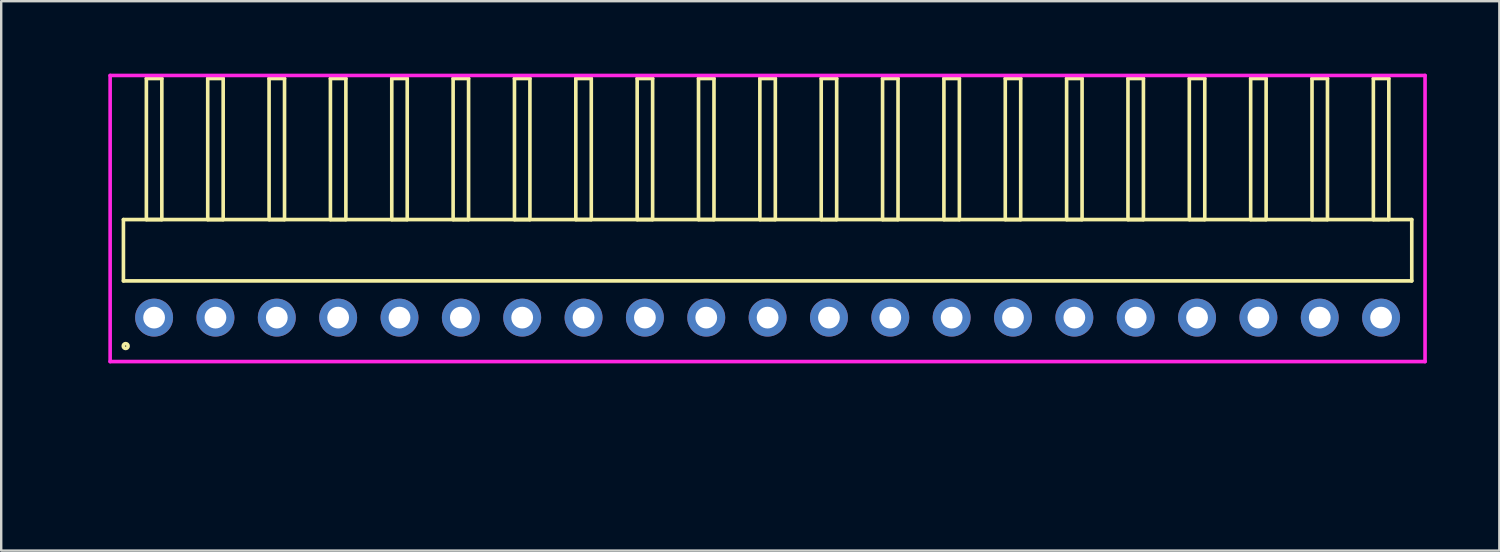
<source format=kicad_pcb>
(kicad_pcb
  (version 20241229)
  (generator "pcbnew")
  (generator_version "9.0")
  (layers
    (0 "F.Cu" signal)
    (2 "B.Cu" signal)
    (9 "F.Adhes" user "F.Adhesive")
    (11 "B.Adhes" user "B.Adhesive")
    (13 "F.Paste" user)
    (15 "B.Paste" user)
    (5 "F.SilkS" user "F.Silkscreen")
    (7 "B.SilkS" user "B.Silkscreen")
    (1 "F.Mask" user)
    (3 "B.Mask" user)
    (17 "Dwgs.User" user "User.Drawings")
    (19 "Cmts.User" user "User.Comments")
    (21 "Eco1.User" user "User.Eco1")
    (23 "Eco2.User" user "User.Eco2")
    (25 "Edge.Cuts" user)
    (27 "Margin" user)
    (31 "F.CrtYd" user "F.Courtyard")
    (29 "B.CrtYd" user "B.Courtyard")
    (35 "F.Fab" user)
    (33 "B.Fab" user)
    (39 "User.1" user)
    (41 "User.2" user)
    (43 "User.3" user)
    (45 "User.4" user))
  (footprint "HDR_RA254P21x1"
    (layer "F.Cu")
    (at 28.73 10.1)
    (property "Reference" "HDR_RA254P21x1" (at -27.97 0 90) (layer "User.1") (effects (font (size 1 1) (thickness 0.1))))
    (attr through_hole)
    (fp_line (start -26.67 -4.06) (end -26.67 -1.52) (stroke (width 0.15) (type solid)) (layer "F.SilkS"))
    (fp_line (start -26.67 -1.52) (end 26.67 -1.52) (stroke (width 0.15) (type solid)) (layer "F.SilkS"))
    (fp_line (start -25.72 -9.9) (end -25.72 -4.06) (stroke (width 0.15) (type solid)) (layer "F.SilkS"))
    (fp_line (start -25.72 -4.06) (end -25.08 -4.06) (stroke (width 0.15) (type solid)) (layer "F.SilkS"))
    (fp_line (start -25.08 -9.9) (end -25.72 -9.9) (stroke (width 0.15) (type solid)) (layer "F.SilkS"))
    (fp_line (start -25.08 -4.06) (end -25.08 -9.9) (stroke (width 0.15) (type solid)) (layer "F.SilkS"))
    (fp_line (start -23.18 -9.9) (end -23.18 -4.06) (stroke (width 0.15) (type solid)) (layer "F.SilkS"))
    (fp_line (start -23.18 -4.06) (end -22.54 -4.06) (stroke (width 0.15) (type solid)) (layer "F.SilkS"))
    (fp_line (start -22.54 -9.9) (end -23.18 -9.9) (stroke (width 0.15) (type solid)) (layer "F.SilkS"))
    (fp_line (start -22.54 -4.06) (end -22.54 -9.9) (stroke (width 0.15) (type solid)) (layer "F.SilkS"))
    (fp_line (start -20.64 -9.9) (end -20.64 -4.06) (stroke (width 0.15) (type solid)) (layer "F.SilkS"))
    (fp_line (start -20.64 -4.06) (end -20 -4.06) (stroke (width 0.15) (type solid)) (layer "F.SilkS"))
    (fp_line (start -20 -9.9) (end -20.64 -9.9) (stroke (width 0.15) (type solid)) (layer "F.SilkS"))
    (fp_line (start -20 -4.06) (end -20 -9.9) (stroke (width 0.15) (type solid)) (layer "F.SilkS"))
    (fp_line (start -18.1 -9.9) (end -18.1 -4.06) (stroke (width 0.15) (type solid)) (layer "F.SilkS"))
    (fp_line (start -18.1 -4.06) (end -17.46 -4.06) (stroke (width 0.15) (type solid)) (layer "F.SilkS"))
    (fp_line (start -17.46 -9.9) (end -18.1 -9.9) (stroke (width 0.15) (type solid)) (layer "F.SilkS"))
    (fp_line (start -17.46 -4.06) (end -17.46 -9.9) (stroke (width 0.15) (type solid)) (layer "F.SilkS"))
    (fp_line (start -15.56 -9.9) (end -15.56 -4.06) (stroke (width 0.15) (type solid)) (layer "F.SilkS"))
    (fp_line (start -15.56 -4.06) (end -14.92 -4.06) (stroke (width 0.15) (type solid)) (layer "F.SilkS"))
    (fp_line (start -14.92 -9.9) (end -15.56 -9.9) (stroke (width 0.15) (type solid)) (layer "F.SilkS"))
    (fp_line (start -14.92 -4.06) (end -14.92 -9.9) (stroke (width 0.15) (type solid)) (layer "F.SilkS"))
    (fp_line (start -13.02 -9.9) (end -13.02 -4.06) (stroke (width 0.15) (type solid)) (layer "F.SilkS"))
    (fp_line (start -13.02 -4.06) (end -12.38 -4.06) (stroke (width 0.15) (type solid)) (layer "F.SilkS"))
    (fp_line (start -12.38 -9.9) (end -13.02 -9.9) (stroke (width 0.15) (type solid)) (layer "F.SilkS"))
    (fp_line (start -12.38 -4.06) (end -12.38 -9.9) (stroke (width 0.15) (type solid)) (layer "F.SilkS"))
    (fp_line (start -10.48 -9.9) (end -10.48 -4.06) (stroke (width 0.15) (type solid)) (layer "F.SilkS"))
    (fp_line (start -10.48 -4.06) (end -9.84 -4.06) (stroke (width 0.15) (type solid)) (layer "F.SilkS"))
    (fp_line (start -9.84 -9.9) (end -10.48 -9.9) (stroke (width 0.15) (type solid)) (layer "F.SilkS"))
    (fp_line (start -9.84 -4.06) (end -9.84 -9.9) (stroke (width 0.15) (type solid)) (layer "F.SilkS"))
    (fp_line (start -7.94 -9.9) (end -7.94 -4.06) (stroke (width 0.15) (type solid)) (layer "F.SilkS"))
    (fp_line (start -7.94 -4.06) (end -7.3 -4.06) (stroke (width 0.15) (type solid)) (layer "F.SilkS"))
    (fp_line (start -7.3 -9.9) (end -7.94 -9.9) (stroke (width 0.15) (type solid)) (layer "F.SilkS"))
    (fp_line (start -7.3 -4.06) (end -7.3 -9.9) (stroke (width 0.15) (type solid)) (layer "F.SilkS"))
    (fp_line (start -5.4 -9.9) (end -5.4 -4.06) (stroke (width 0.15) (type solid)) (layer "F.SilkS"))
    (fp_line (start -5.4 -4.06) (end -4.76 -4.06) (stroke (width 0.15) (type solid)) (layer "F.SilkS"))
    (fp_line (start -4.76 -9.9) (end -5.4 -9.9) (stroke (width 0.15) (type solid)) (layer "F.SilkS"))
    (fp_line (start -4.76 -4.06) (end -4.76 -9.9) (stroke (width 0.15) (type solid)) (layer "F.SilkS"))
    (fp_line (start -2.86 -9.9) (end -2.86 -4.06) (stroke (width 0.15) (type solid)) (layer "F.SilkS"))
    (fp_line (start -2.86 -4.06) (end -2.22 -4.06) (stroke (width 0.15) (type solid)) (layer "F.SilkS"))
    (fp_line (start -2.22 -9.9) (end -2.86 -9.9) (stroke (width 0.15) (type solid)) (layer "F.SilkS"))
    (fp_line (start -2.22 -4.06) (end -2.22 -9.9) (stroke (width 0.15) (type solid)) (layer "F.SilkS"))
    (fp_line (start -0.32 -9.9) (end -0.32 -4.06) (stroke (width 0.15) (type solid)) (layer "F.SilkS"))
    (fp_line (start -0.32 -4.06) (end 0.32 -4.06) (stroke (width 0.15) (type solid)) (layer "F.SilkS"))
    (fp_line (start 0.32 -9.9) (end -0.32 -9.9) (stroke (width 0.15) (type solid)) (layer "F.SilkS"))
    (fp_line (start 0.32 -4.06) (end 0.32 -9.9) (stroke (width 0.15) (type solid)) (layer "F.SilkS"))
    (fp_line (start 2.22 -9.9) (end 2.22 -4.06) (stroke (width 0.15) (type solid)) (layer "F.SilkS"))
    (fp_line (start 2.22 -4.06) (end 2.86 -4.06) (stroke (width 0.15) (type solid)) (layer "F.SilkS"))
    (fp_line (start 2.86 -9.9) (end 2.22 -9.9) (stroke (width 0.15) (type solid)) (layer "F.SilkS"))
    (fp_line (start 2.86 -4.06) (end 2.86 -9.9) (stroke (width 0.15) (type solid)) (layer "F.SilkS"))
    (fp_line (start 4.76 -9.9) (end 4.76 -4.06) (stroke (width 0.15) (type solid)) (layer "F.SilkS"))
    (fp_line (start 4.76 -4.06) (end 5.4 -4.06) (stroke (width 0.15) (type solid)) (layer "F.SilkS"))
    (fp_line (start 5.4 -9.9) (end 4.76 -9.9) (stroke (width 0.15) (type solid)) (layer "F.SilkS"))
    (fp_line (start 5.4 -4.06) (end 5.4 -9.9) (stroke (width 0.15) (type solid)) (layer "F.SilkS"))
    (fp_line (start 7.3 -9.9) (end 7.3 -4.06) (stroke (width 0.15) (type solid)) (layer "F.SilkS"))
    (fp_line (start 7.3 -4.06) (end 7.94 -4.06) (stroke (width 0.15) (type solid)) (layer "F.SilkS"))
    (fp_line (start 7.94 -9.9) (end 7.3 -9.9) (stroke (width 0.15) (type solid)) (layer "F.SilkS"))
    (fp_line (start 7.94 -4.06) (end 7.94 -9.9) (stroke (width 0.15) (type solid)) (layer "F.SilkS"))
    (fp_line (start 9.84 -9.9) (end 9.84 -4.06) (stroke (width 0.15) (type solid)) (layer "F.SilkS"))
    (fp_line (start 9.84 -4.06) (end 10.48 -4.06) (stroke (width 0.15) (type solid)) (layer "F.SilkS"))
    (fp_line (start 10.48 -9.9) (end 9.84 -9.9) (stroke (width 0.15) (type solid)) (layer "F.SilkS"))
    (fp_line (start 10.48 -4.06) (end 10.48 -9.9) (stroke (width 0.15) (type solid)) (layer "F.SilkS"))
    (fp_line (start 12.38 -9.9) (end 12.38 -4.06) (stroke (width 0.15) (type solid)) (layer "F.SilkS"))
    (fp_line (start 12.38 -4.06) (end 13.02 -4.06) (stroke (width 0.15) (type solid)) (layer "F.SilkS"))
    (fp_line (start 13.02 -9.9) (end 12.38 -9.9) (stroke (width 0.15) (type solid)) (layer "F.SilkS"))
    (fp_line (start 13.02 -4.06) (end 13.02 -9.9) (stroke (width 0.15) (type solid)) (layer "F.SilkS"))
    (fp_line (start 14.92 -9.9) (end 14.92 -4.06) (stroke (width 0.15) (type solid)) (layer "F.SilkS"))
    (fp_line (start 14.92 -4.06) (end 15.56 -4.06) (stroke (width 0.15) (type solid)) (layer "F.SilkS"))
    (fp_line (start 15.56 -9.9) (end 14.92 -9.9) (stroke (width 0.15) (type solid)) (layer "F.SilkS"))
    (fp_line (start 15.56 -4.06) (end 15.56 -9.9) (stroke (width 0.15) (type solid)) (layer "F.SilkS"))
    (fp_line (start 17.46 -9.9) (end 17.46 -4.06) (stroke (width 0.15) (type solid)) (layer "F.SilkS"))
    (fp_line (start 17.46 -4.06) (end 18.1 -4.06) (stroke (width 0.15) (type solid)) (layer "F.SilkS"))
    (fp_line (start 18.1 -9.9) (end 17.46 -9.9) (stroke (width 0.15) (type solid)) (layer "F.SilkS"))
    (fp_line (start 18.1 -4.06) (end 18.1 -9.9) (stroke (width 0.15) (type solid)) (layer "F.SilkS"))
    (fp_line (start 20 -9.9) (end 20 -4.06) (stroke (width 0.15) (type solid)) (layer "F.SilkS"))
    (fp_line (start 20 -4.06) (end 20.64 -4.06) (stroke (width 0.15) (type solid)) (layer "F.SilkS"))
    (fp_line (start 20.64 -9.9) (end 20 -9.9) (stroke (width 0.15) (type solid)) (layer "F.SilkS"))
    (fp_line (start 20.64 -4.06) (end 20.64 -9.9) (stroke (width 0.15) (type solid)) (layer "F.SilkS"))
    (fp_line (start 22.54 -9.9) (end 22.54 -4.06) (stroke (width 0.15) (type solid)) (layer "F.SilkS"))
    (fp_line (start 22.54 -4.06) (end 23.18 -4.06) (stroke (width 0.15) (type solid)) (layer "F.SilkS"))
    (fp_line (start 23.18 -9.9) (end 22.54 -9.9) (stroke (width 0.15) (type solid)) (layer "F.SilkS"))
    (fp_line (start 23.18 -4.06) (end 23.18 -9.9) (stroke (width 0.15) (type solid)) (layer "F.SilkS"))
    (fp_line (start 25.08 -9.9) (end 25.08 -4.06) (stroke (width 0.15) (type solid)) (layer "F.SilkS"))
    (fp_line (start 25.08 -4.06) (end 25.72 -4.06) (stroke (width 0.15) (type solid)) (layer "F.SilkS"))
    (fp_line (start 25.72 -9.9) (end 25.08 -9.9) (stroke (width 0.15) (type solid)) (layer "F.SilkS"))
    (fp_line (start 25.72 -4.06) (end 25.72 -9.9) (stroke (width 0.15) (type solid)) (layer "F.SilkS"))
    (fp_line (start 26.67 -4.06) (end -26.67 -4.06) (stroke (width 0.15) (type solid)) (layer "F.SilkS"))
    (fp_line (start 26.67 -1.52) (end 26.67 -4.06) (stroke (width 0.15) (type solid)) (layer "F.SilkS"))
    (fp_circle (center -26.577 1.177) (end -26.477 1.177) (stroke (width 0.15) (type solid)) (fill no) (layer "F.SilkS"))
    (fp_line (start -27.22 -10.025) (end -27.22 1.82) (stroke (width 0.15) (type solid)) (layer "F.CrtYd"))
    (fp_line (start -27.22 1.82) (end 27.22 1.82) (stroke (width 0.15) (type solid)) (layer "F.CrtYd"))
    (fp_line (start 27.22 -10.025) (end -27.22 -10.025) (stroke (width 0.15) (type solid)) (layer "F.CrtYd"))
    (fp_line (start 27.22 1.82) (end 27.22 -10.025) (stroke (width 0.15) (type solid)) (layer "F.CrtYd"))
    (pad "1" thru_hole oval (at -25.4 0) (size 1.57 1.57) (drill 0.9) (layers "*.Cu" "*.Mask"))
    (pad "2" thru_hole oval (at -22.86 0) (size 1.57 1.57) (drill 0.9) (layers "*.Cu" "*.Mask"))
    (pad "3" thru_hole oval (at -20.32 0) (size 1.57 1.57) (drill 0.9) (layers "*.Cu" "*.Mask"))
    (pad "4" thru_hole oval (at -17.78 0) (size 1.57 1.57) (drill 0.9) (layers "*.Cu" "*.Mask"))
    (pad "5" thru_hole oval (at -15.24 0) (size 1.57 1.57) (drill 0.9) (layers "*.Cu" "*.Mask"))
    (pad "6" thru_hole oval (at -12.7 0) (size 1.57 1.57) (drill 0.9) (layers "*.Cu" "*.Mask"))
    (pad "7" thru_hole oval (at -10.16 0) (size 1.57 1.57) (drill 0.9) (layers "*.Cu" "*.Mask"))
    (pad "8" thru_hole oval (at -7.62 0) (size 1.57 1.57) (drill 0.9) (layers "*.Cu" "*.Mask"))
    (pad "9" thru_hole oval (at -5.08 0) (size 1.57 1.57) (drill 0.9) (layers "*.Cu" "*.Mask"))
    (pad "10" thru_hole oval (at -2.54 0) (size 1.57 1.57) (drill 0.9) (layers "*.Cu" "*.Mask"))
    (pad "11" thru_hole oval (at 0 0) (size 1.57 1.57) (drill 0.9) (layers "*.Cu" "*.Mask"))
    (pad "12" thru_hole oval (at 2.54 0) (size 1.57 1.57) (drill 0.9) (layers "*.Cu" "*.Mask"))
    (pad "13" thru_hole oval (at 5.08 0) (size 1.57 1.57) (drill 0.9) (layers "*.Cu" "*.Mask"))
    (pad "14" thru_hole oval (at 7.62 0) (size 1.57 1.57) (drill 0.9) (layers "*.Cu" "*.Mask"))
    (pad "15" thru_hole oval (at 10.16 0) (size 1.57 1.57) (drill 0.9) (layers "*.Cu" "*.Mask"))
    (pad "16" thru_hole oval (at 12.7 0) (size 1.57 1.57) (drill 0.9) (layers "*.Cu" "*.Mask"))
    (pad "17" thru_hole oval (at 15.24 0) (size 1.57 1.57) (drill 0.9) (layers "*.Cu" "*.Mask"))
    (pad "18" thru_hole oval (at 17.78 0) (size 1.57 1.57) (drill 0.9) (layers "*.Cu" "*.Mask"))
    (pad "19" thru_hole oval (at 20.32 0) (size 1.57 1.57) (drill 0.9) (layers "*.Cu" "*.Mask"))
    (pad "20" thru_hole oval (at 22.86 0) (size 1.57 1.57) (drill 0.9) (layers "*.Cu" "*.Mask"))
    (pad "21" thru_hole oval (at 25.4 0) (size 1.57 1.57) (drill 0.9) (layers "*.Cu" "*.Mask")))
  (gr_rect
    (start -3 -3)
    (end 59.026 19.745)
    (stroke (width 0.1) (type default))
    (fill no)
    (layer "Edge.Cuts")))
</source>
